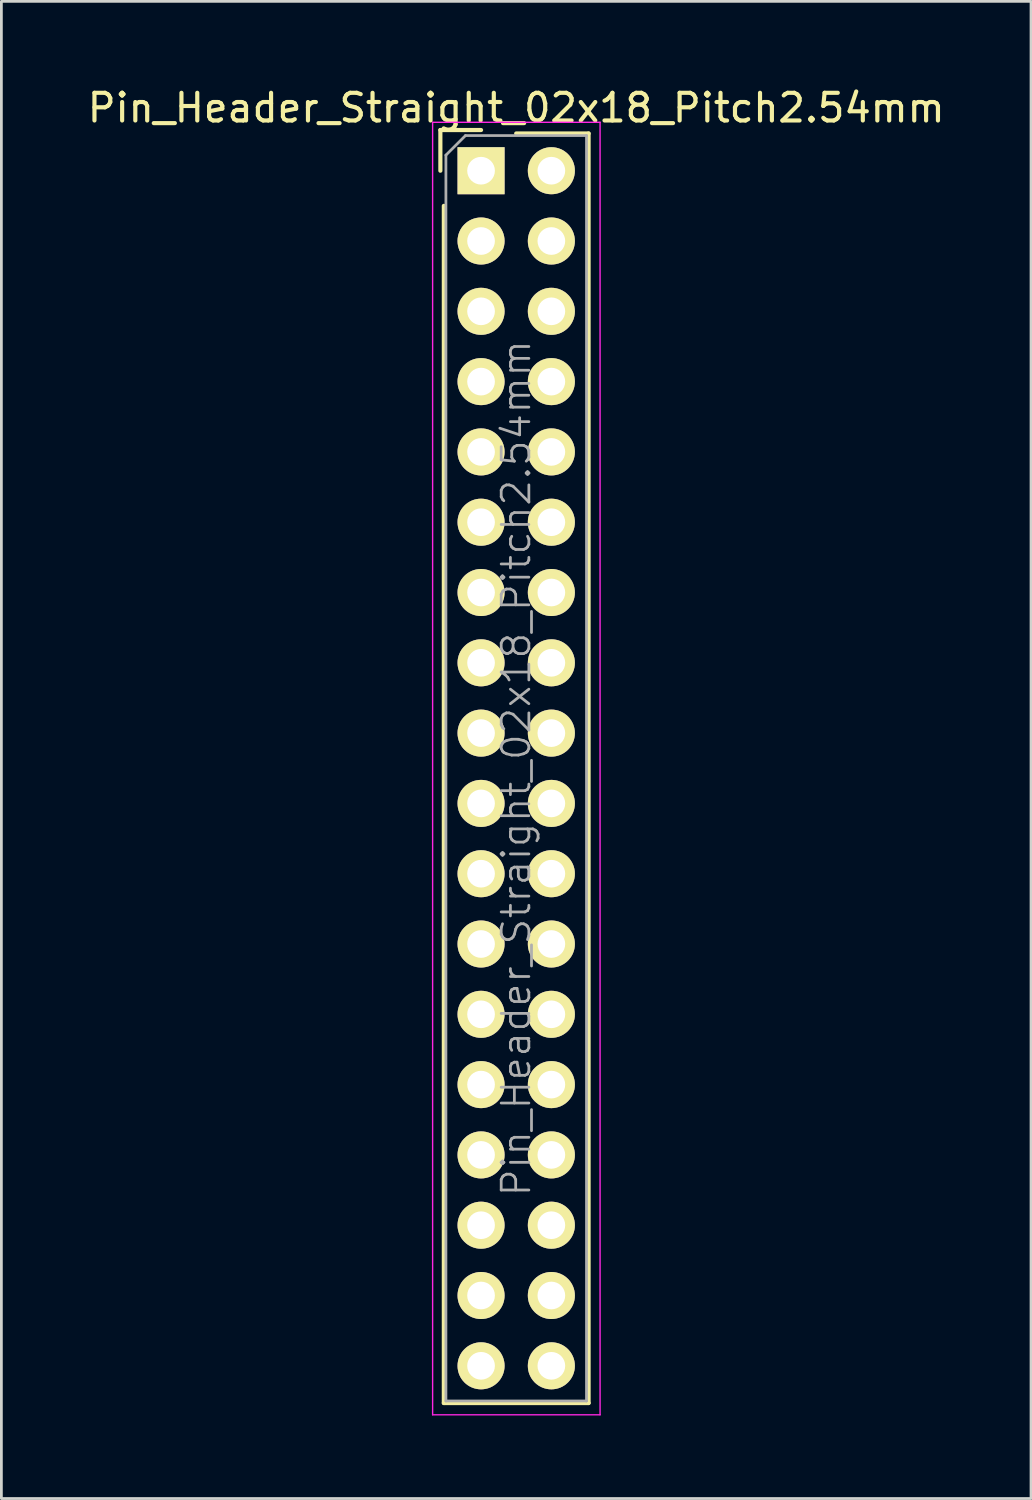
<source format=kicad_pcb>
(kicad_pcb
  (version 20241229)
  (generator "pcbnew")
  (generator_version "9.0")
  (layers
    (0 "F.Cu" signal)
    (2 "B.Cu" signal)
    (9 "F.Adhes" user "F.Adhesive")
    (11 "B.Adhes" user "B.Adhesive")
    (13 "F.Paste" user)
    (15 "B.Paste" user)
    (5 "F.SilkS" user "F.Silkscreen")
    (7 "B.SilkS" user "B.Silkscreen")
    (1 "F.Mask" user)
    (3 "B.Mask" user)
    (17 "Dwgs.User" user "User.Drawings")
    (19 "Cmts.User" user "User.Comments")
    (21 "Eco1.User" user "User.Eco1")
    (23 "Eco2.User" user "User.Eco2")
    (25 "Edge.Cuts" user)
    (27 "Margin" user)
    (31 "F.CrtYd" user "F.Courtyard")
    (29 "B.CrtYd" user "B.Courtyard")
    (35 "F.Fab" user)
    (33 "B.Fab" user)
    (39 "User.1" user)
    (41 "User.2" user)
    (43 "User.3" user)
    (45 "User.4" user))
  (footprint "Pin_Header_Straight_02x18_Pitch2.54mm"
    (layer "F.Cu")
    (at 14.331 3.118)
    (property "Reference" "Pin_Header_Straight_02x18_Pitch2.54mm" (at 1.27 -2.27 0) (layer "F.SilkS") (effects (font (size 1 1) (thickness 0.15))))
    (attr smd)
    (fp_line (start -1.47 -1.47) (end -1.47 0) (stroke (width 0.15) (type solid)) (layer "F.SilkS"))
    (fp_line (start -1.47 -1.47) (end 0 -1.47) (stroke (width 0.15) (type solid)) (layer "F.SilkS"))
    (fp_line (start -1.345 1.27) (end -1.345 44.525) (stroke (width 0.15) (type solid)) (layer "F.SilkS"))
    (fp_line (start -1.345 44.525) (end 3.885 44.525) (stroke (width 0.15) (type solid)) (layer "F.SilkS"))
    (fp_line (start 1.27 -1.345) (end 3.885 -1.345) (stroke (width 0.15) (type solid)) (layer "F.SilkS"))
    (fp_line (start 3.885 -1.345) (end 3.885 44.525) (stroke (width 0.15) (type solid)) (layer "F.SilkS"))
    (fp_line (start -1.75 -1.75) (end -1.75 44.95) (stroke (width 0.05) (type solid)) (layer "F.CrtYd"))
    (fp_line (start 4.3 -1.75) (end -1.75 -1.75) (stroke (width 0.05) (type solid)) (layer "F.CrtYd"))
    (fp_line (start 4.3 -1.75) (end 4.3 44.95) (stroke (width 0.05) (type solid)) (layer "F.CrtYd"))
    (fp_line (start 4.3 44.95) (end -1.75 44.95) (stroke (width 0.05) (type solid)) (layer "F.CrtYd"))
    (fp_line (start -1.27 -0.563) (end -0.563 -1.27) (stroke (width 0.1) (type solid)) (layer "F.Fab"))
    (fp_line (start -1.27 44.45) (end -1.27 -0.563) (stroke (width 0.1) (type solid)) (layer "F.Fab"))
    (fp_line (start 3.81 -1.27) (end -0.563 -1.27) (stroke (width 0.1) (type solid)) (layer "F.Fab"))
    (fp_line (start 3.81 44.45) (end -1.27 44.45) (stroke (width 0.1) (type solid)) (layer "F.Fab"))
    (fp_line (start 3.81 44.45) (end 3.81 -1.27) (stroke (width 0.1) (type solid)) (layer "F.Fab"))
    (fp_text user "${REFERENCE}" (at 1.27 21.59 90) (layer "F.Fab") (effects (font (size 1 1) (thickness 0.1))))
    (pad "1" thru_hole rect (at 0 0) (size 1.7 1.7) (drill 1) (layers "*.Cu" "*.Mask" "F.SilkS"))
    (pad "2" thru_hole oval (at 2.54 0) (size 1.7 1.7) (drill 1) (layers "*.Cu" "*.Mask" "F.SilkS"))
    (pad "3" thru_hole oval (at 0 2.54) (size 1.7 1.7) (drill 1) (layers "*.Cu" "*.Mask" "F.SilkS"))
    (pad "4" thru_hole oval (at 2.54 2.54) (size 1.7 1.7) (drill 1) (layers "*.Cu" "*.Mask" "F.SilkS"))
    (pad "5" thru_hole oval (at 0 5.08) (size 1.7 1.7) (drill 1) (layers "*.Cu" "*.Mask" "F.SilkS"))
    (pad "6" thru_hole oval (at 2.54 5.08) (size 1.7 1.7) (drill 1) (layers "*.Cu" "*.Mask" "F.SilkS"))
    (pad "7" thru_hole oval (at 0 7.62) (size 1.7 1.7) (drill 1) (layers "*.Cu" "*.Mask" "F.SilkS"))
    (pad "8" thru_hole oval (at 2.54 7.62) (size 1.7 1.7) (drill 1) (layers "*.Cu" "*.Mask" "F.SilkS"))
    (pad "9" thru_hole oval (at 0 10.16) (size 1.7 1.7) (drill 1) (layers "*.Cu" "*.Mask" "F.SilkS"))
    (pad "10" thru_hole oval (at 2.54 10.16) (size 1.7 1.7) (drill 1) (layers "*.Cu" "*.Mask" "F.SilkS"))
    (pad "11" thru_hole oval (at 0 12.7) (size 1.7 1.7) (drill 1) (layers "*.Cu" "*.Mask" "F.SilkS"))
    (pad "12" thru_hole oval (at 2.54 12.7) (size 1.7 1.7) (drill 1) (layers "*.Cu" "*.Mask" "F.SilkS"))
    (pad "13" thru_hole oval (at 0 15.24) (size 1.7 1.7) (drill 1) (layers "*.Cu" "*.Mask" "F.SilkS"))
    (pad "14" thru_hole oval (at 2.54 15.24) (size 1.7 1.7) (drill 1) (layers "*.Cu" "*.Mask" "F.SilkS"))
    (pad "15" thru_hole oval (at 0 17.78) (size 1.7 1.7) (drill 1) (layers "*.Cu" "*.Mask" "F.SilkS"))
    (pad "16" thru_hole oval (at 2.54 17.78) (size 1.7 1.7) (drill 1) (layers "*.Cu" "*.Mask" "F.SilkS"))
    (pad "17" thru_hole oval (at 0 20.32) (size 1.7 1.7) (drill 1) (layers "*.Cu" "*.Mask" "F.SilkS"))
    (pad "18" thru_hole oval (at 2.54 20.32) (size 1.7 1.7) (drill 1) (layers "*.Cu" "*.Mask" "F.SilkS"))
    (pad "19" thru_hole oval (at 0 22.86) (size 1.7 1.7) (drill 1) (layers "*.Cu" "*.Mask" "F.SilkS"))
    (pad "20" thru_hole oval (at 2.54 22.86) (size 1.7 1.7) (drill 1) (layers "*.Cu" "*.Mask" "F.SilkS"))
    (pad "21" thru_hole oval (at 0 25.4) (size 1.7 1.7) (drill 1) (layers "*.Cu" "*.Mask" "F.SilkS"))
    (pad "22" thru_hole oval (at 2.54 25.4) (size 1.7 1.7) (drill 1) (layers "*.Cu" "*.Mask" "F.SilkS"))
    (pad "23" thru_hole oval (at 0 27.94) (size 1.7 1.7) (drill 1) (layers "*.Cu" "*.Mask" "F.SilkS"))
    (pad "24" thru_hole oval (at 2.54 27.94) (size 1.7 1.7) (drill 1) (layers "*.Cu" "*.Mask" "F.SilkS"))
    (pad "25" thru_hole oval (at 0 30.48) (size 1.7 1.7) (drill 1) (layers "*.Cu" "*.Mask" "F.SilkS"))
    (pad "26" thru_hole oval (at 2.54 30.48) (size 1.7 1.7) (drill 1) (layers "*.Cu" "*.Mask" "F.SilkS"))
    (pad "27" thru_hole oval (at 0 33.02) (size 1.7 1.7) (drill 1) (layers "*.Cu" "*.Mask" "F.SilkS"))
    (pad "28" thru_hole oval (at 2.54 33.02) (size 1.7 1.7) (drill 1) (layers "*.Cu" "*.Mask" "F.SilkS"))
    (pad "29" thru_hole oval (at 0 35.56) (size 1.7 1.7) (drill 1) (layers "*.Cu" "*.Mask" "F.SilkS"))
    (pad "30" thru_hole oval (at 2.54 35.56) (size 1.7 1.7) (drill 1) (layers "*.Cu" "*.Mask" "F.SilkS"))
    (pad "31" thru_hole oval (at 0 38.1) (size 1.7 1.7) (drill 1) (layers "*.Cu" "*.Mask" "F.SilkS"))
    (pad "32" thru_hole oval (at 2.54 38.1) (size 1.7 1.7) (drill 1) (layers "*.Cu" "*.Mask" "F.SilkS"))
    (pad "33" thru_hole oval (at 0 40.64) (size 1.7 1.7) (drill 1) (layers "*.Cu" "*.Mask" "F.SilkS"))
    (pad "34" thru_hole oval (at 2.54 40.64) (size 1.7 1.7) (drill 1) (layers "*.Cu" "*.Mask" "F.SilkS"))
    (pad "35" thru_hole oval (at 0 43.18) (size 1.7 1.7) (drill 1) (layers "*.Cu" "*.Mask" "F.SilkS"))
    (pad "36" thru_hole oval (at 2.54 43.18) (size 1.7 1.7) (drill 1) (layers "*.Cu" "*.Mask" "F.SilkS")))
  (gr_rect
    (start -3 -3)
    (end 34.202 51.093)
    (stroke (width 0.1) (type default))
    (fill no)
    (layer "Edge.Cuts")))
</source>
